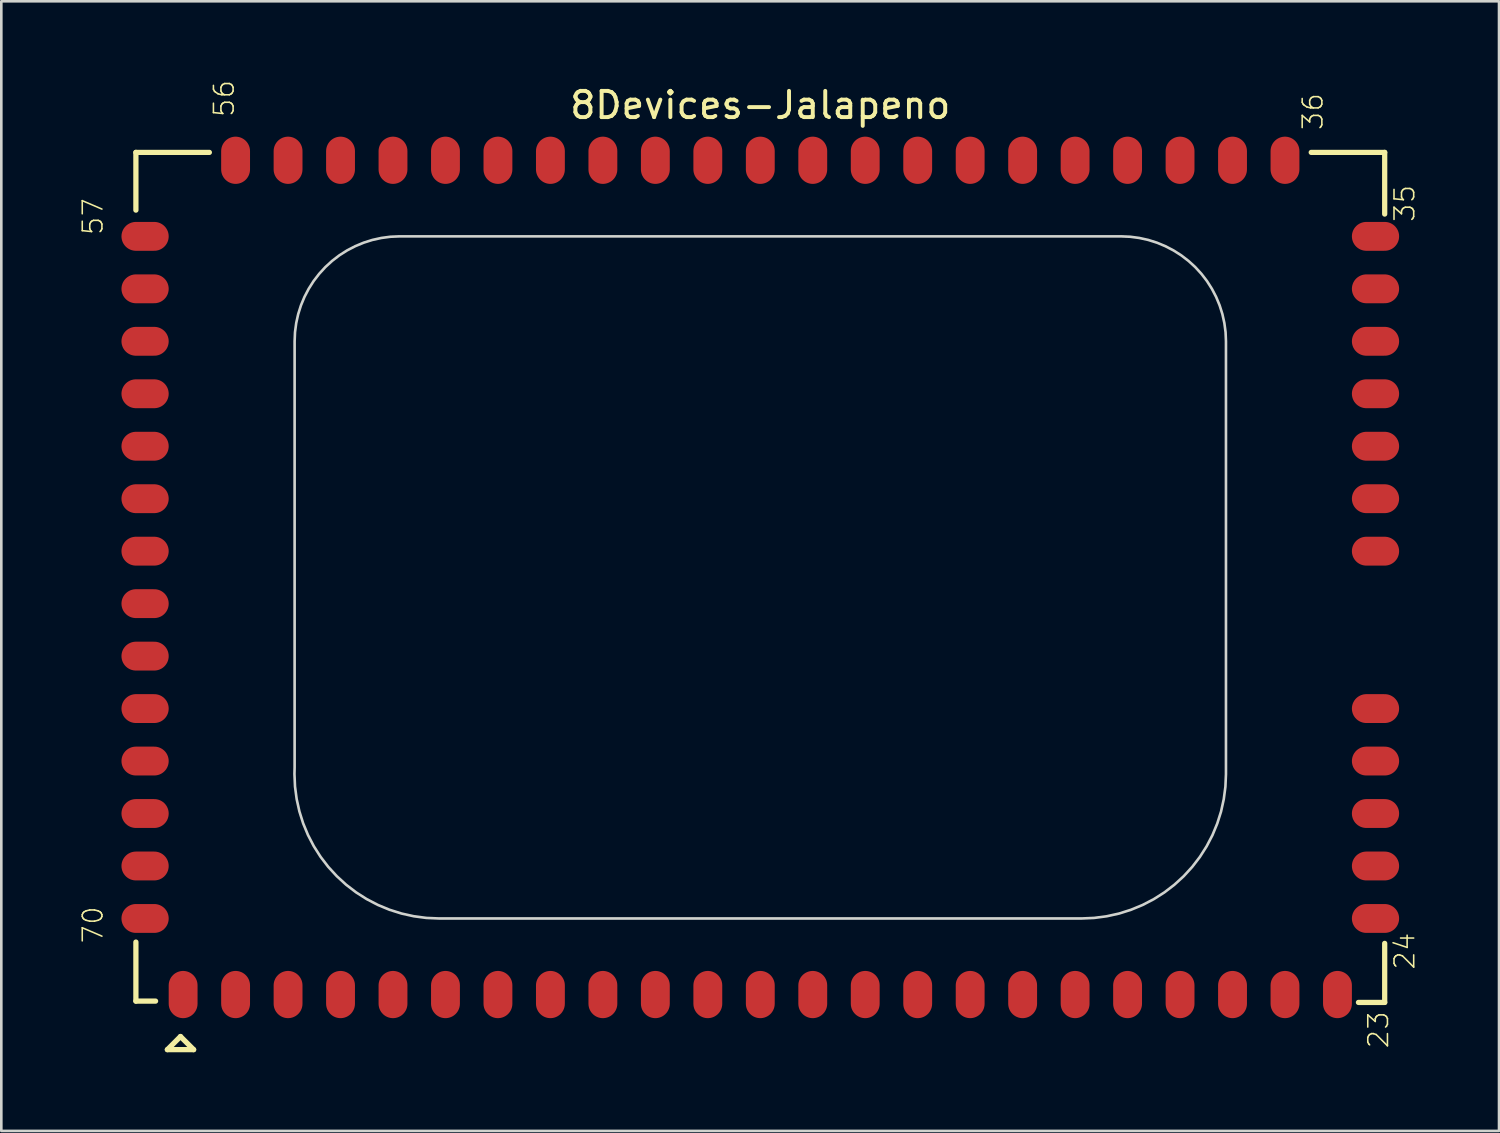
<source format=kicad_pcb>
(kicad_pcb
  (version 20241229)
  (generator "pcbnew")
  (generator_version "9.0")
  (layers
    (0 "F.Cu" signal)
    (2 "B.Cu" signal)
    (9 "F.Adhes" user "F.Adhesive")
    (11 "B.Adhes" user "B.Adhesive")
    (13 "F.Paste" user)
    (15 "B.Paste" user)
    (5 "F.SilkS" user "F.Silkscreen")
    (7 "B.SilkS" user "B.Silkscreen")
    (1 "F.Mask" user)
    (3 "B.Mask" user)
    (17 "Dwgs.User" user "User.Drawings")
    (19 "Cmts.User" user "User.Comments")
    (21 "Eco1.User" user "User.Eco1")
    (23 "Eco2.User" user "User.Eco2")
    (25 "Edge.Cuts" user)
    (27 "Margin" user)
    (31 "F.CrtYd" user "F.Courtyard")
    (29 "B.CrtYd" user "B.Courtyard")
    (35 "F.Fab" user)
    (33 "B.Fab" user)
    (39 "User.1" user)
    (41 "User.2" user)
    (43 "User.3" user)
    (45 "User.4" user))
  (footprint "8Devices-Jalapeno"
    (layer "F.Cu")
    (at 25.93 18.959)
    (property "Reference" "8Devices-Jalapeno" (at 0.00005 -18 0) (unlocked yes) (layer "F.SilkS") (effects (font (size 1 1) (thickness 0.15))))
    (fp_line (start -23.8 -16.2) (end -21 -16.2) (stroke (width 0.2) (type solid)) (layer "F.SilkS"))
    (fp_line (start -23.8 -14) (end -23.8 -16.2) (stroke (width 0.2) (type solid)) (layer "F.SilkS"))
    (fp_line (start -23.8 16.15) (end -23.8 13.9) (stroke (width 0.2) (type solid)) (layer "F.SilkS"))
    (fp_line (start -23.8 16.15) (end -23.05 16.15) (stroke (width 0.2) (type solid)) (layer "F.SilkS"))
    (fp_line (start -22.6 18) (end -22.1 17.5) (stroke (width 0.2) (type solid)) (layer "F.SilkS"))
    (fp_line (start -22.6 18) (end -21.6 18) (stroke (width 0.2) (type solid)) (layer "F.SilkS"))
    (fp_line (start -22.1 17.5) (end -21.6 18) (stroke (width 0.2) (type solid)) (layer "F.SilkS"))
    (fp_line (start 21 -16.2) (end 23.8 -16.2) (stroke (width 0.2) (type solid)) (layer "F.SilkS"))
    (fp_line (start 22.8 16.2) (end 23.8 16.2) (stroke (width 0.2) (type solid)) (layer "F.SilkS"))
    (fp_line (start 23.8 -13.85) (end 23.8 -16.2) (stroke (width 0.2) (type solid)) (layer "F.SilkS"))
    (fp_line (start 23.8 16.2) (end 23.8 13.95) (stroke (width 0.2) (type solid)) (layer "F.SilkS"))
    (fp_poly (pts (xy -12.25 13) (xy -12.73 12.979) (xy -13.206 12.916) (xy -13.675 12.812) (xy -14.133 12.668) (xy -14.577 12.484) (xy -15.003 12.262) (xy -15.408 12.004) (xy -15.789 11.712) (xy -16.143 11.387) (xy -16.468 11.033) (xy -16.76 10.652) (xy -17.018 10.247) (xy -17.24 9.821) (xy -17.424 9.377) (xy -17.568 8.919) (xy -17.672 8.45) (xy -17.735 7.974) (xy -17.756 7.494) (xy -17.75 7.244) (xy -17.75 -9) (xy -17.735 -9.349) (xy -17.689 -9.695) (xy -17.614 -10.035) (xy -17.509 -10.368) (xy -17.375 -10.691) (xy -17.214 -11) (xy -17.027 -11.294) (xy -16.814 -11.571) (xy -16.578 -11.829) (xy -16.321 -12.064) (xy -16.044 -12.277) (xy -15.75 -12.464) (xy -15.44 -12.625) (xy -15.118 -12.759) (xy -14.785 -12.864) (xy -14.445 -12.939) (xy -14.099 -12.985) (xy -13.75 -13) (xy 13.75 -13) (xy 14.099 -12.985) (xy 14.445 -12.939) (xy 14.785 -12.864) (xy 15.118 -12.759) (xy 15.44 -12.625) (xy 15.75 -12.464) (xy 16.044 -12.277) (xy 16.321 -12.064) (xy 16.578 -11.829) (xy 16.814 -11.571) (xy 17.027 -11.294) (xy 17.214 -11) (xy 17.375 -10.691) (xy 17.509 -10.368) (xy 17.614 -10.035) (xy 17.689 -9.695) (xy 17.735 -9.349) (xy 17.75 -9) (xy 17.75 7.5) (xy 17.729 7.979) (xy 17.666 8.455) (xy 17.563 8.923) (xy 17.418 9.381) (xy 17.235 9.824) (xy 17.013 10.25) (xy 16.755 10.655) (xy 16.463 11.035) (xy 16.139 11.389) (xy 15.785 11.713) (xy 15.405 12.005) (xy 15 12.263) (xy 14.574 12.485) (xy 14.131 12.668) (xy 13.674 12.813) (xy 13.205 12.916) (xy 12.729 12.979) (xy 12.25 13) (xy 12.25 13)) (stroke (width 0.1) (type solid)) (fill no) (layer "Edge.Cuts"))
    (fp_text user "36" (at 21.5 -17 90) (unlocked yes) (layer "F.SilkS") (effects (font (size 0.75 0.75) (thickness 0.06)) (justify left bottom)))
    (fp_text user "23" (at 24 18 90) (unlocked yes) (layer "F.SilkS") (effects (font (size 0.75 0.75) (thickness 0.06)) (justify left bottom)))
    (fp_text user "70" (at -25 14 90) (unlocked yes) (layer "F.SilkS") (effects (font (size 0.75 0.75) (thickness 0.06)) (justify left bottom)))
    (fp_text user "35" (at 25 -13.5 90) (unlocked yes) (layer "F.SilkS") (effects (font (size 0.75 0.75) (thickness 0.06)) (justify left bottom)))
    (fp_text user "56" (at -20 -17.5 90) (unlocked yes) (layer "F.SilkS") (effects (font (size 0.75 0.75) (thickness 0.06)) (justify left bottom)))
    (fp_text user "24" (at 25 15 90) (unlocked yes) (layer "F.SilkS") (effects (font (size 0.75 0.75) (thickness 0.06)) (justify left bottom)))
    (fp_text user "57" (at -25 -13 90) (unlocked yes) (layer "F.SilkS") (effects (font (size 0.75 0.75) (thickness 0.06)) (justify left bottom)))
    (pad "1" smd oval (at -22 15.9 90) (size 1.8 1.1) (layers "F.Cu" "F.Mask"))
    (pad "2" smd oval (at -20 15.9 90) (size 1.8 1.1) (layers "F.Cu" "F.Mask"))
    (pad "3" smd oval (at -18 15.9 90) (size 1.8 1.1) (layers "F.Cu" "F.Mask"))
    (pad "4" smd oval (at -16 15.9 90) (size 1.8 1.1) (layers "F.Cu" "F.Mask"))
    (pad "5" smd oval (at -14 15.9 90) (size 1.8 1.1) (layers "F.Cu" "F.Mask"))
    (pad "6" smd oval (at -12 15.9 90) (size 1.8 1.1) (layers "F.Cu" "F.Mask"))
    (pad "7" smd oval (at -10 15.9 90) (size 1.8 1.1) (layers "F.Cu" "F.Mask"))
    (pad "8" smd oval (at -8 15.9 90) (size 1.8 1.1) (layers "F.Cu" "F.Mask"))
    (pad "9" smd oval (at -6 15.9 90) (size 1.8 1.1) (layers "F.Cu" "F.Mask"))
    (pad "10" smd oval (at -4 15.9 90) (size 1.8 1.1) (layers "F.Cu" "F.Mask"))
    (pad "11" smd oval (at -2 15.9 90) (size 1.8 1.1) (layers "F.Cu" "F.Mask"))
    (pad "12" smd oval (at 0 15.9 90) (size 1.8 1.1) (layers "F.Cu" "F.Mask"))
    (pad "13" smd oval (at 2 15.9 90) (size 1.8 1.1) (layers "F.Cu" "F.Mask"))
    (pad "14" smd oval (at 4 15.9 90) (size 1.8 1.1) (layers "F.Cu" "F.Mask"))
    (pad "15" smd oval (at 6 15.9 90) (size 1.8 1.1) (layers "F.Cu" "F.Mask"))
    (pad "16" smd oval (at 8 15.9 90) (size 1.8 1.1) (layers "F.Cu" "F.Mask"))
    (pad "17" smd oval (at 10 15.9 90) (size 1.8 1.1) (layers "F.Cu" "F.Mask"))
    (pad "18" smd oval (at 12 15.9 90) (size 1.8 1.1) (layers "F.Cu" "F.Mask"))
    (pad "19" smd oval (at 14 15.9 90) (size 1.8 1.1) (layers "F.Cu" "F.Mask"))
    (pad "20" smd oval (at 16 15.9 90) (size 1.8 1.1) (layers "F.Cu" "F.Mask"))
    (pad "21" smd oval (at 18 15.9 90) (size 1.8 1.1) (layers "F.Cu" "F.Mask"))
    (pad "22" smd oval (at 20 15.9 90) (size 1.8 1.1) (layers "F.Cu" "F.Mask"))
    (pad "23" smd oval (at 22 15.9 90) (size 1.8 1.1) (layers "F.Cu" "F.Mask"))
    (pad "24" smd oval (at 23.45 13 90) (size 1.1 1.8) (layers "F.Cu" "F.Mask"))
    (pad "25" smd oval (at 23.45 11 90) (size 1.1 1.8) (layers "F.Cu" "F.Mask"))
    (pad "26" smd oval (at 23.45 9 90) (size 1.1 1.8) (layers "F.Cu" "F.Mask"))
    (pad "27" smd oval (at 23.45 7 90) (size 1.1 1.8) (layers "F.Cu" "F.Mask"))
    (pad "28" smd oval (at 23.45 5 90) (size 1.1 1.8) (layers "F.Cu" "F.Mask"))
    (pad "29" smd oval (at 23.45 -1 90) (size 1.1 1.8) (layers "F.Cu" "F.Mask"))
    (pad "30" smd oval (at 23.45 -3 90) (size 1.1 1.8) (layers "F.Cu" "F.Mask"))
    (pad "31" smd oval (at 23.45 -5 90) (size 1.1 1.8) (layers "F.Cu" "F.Mask"))
    (pad "32" smd oval (at 23.45 -7 90) (size 1.1 1.8) (layers "F.Cu" "F.Mask"))
    (pad "33" smd oval (at 23.45 -9 90) (size 1.1 1.8) (layers "F.Cu" "F.Mask"))
    (pad "34" smd oval (at 23.45 -11 90) (size 1.1 1.8) (layers "F.Cu" "F.Mask"))
    (pad "35" smd oval (at 23.45 -13 90) (size 1.1 1.8) (layers "F.Cu" "F.Mask"))
    (pad "36" smd oval (at 20 -15.9 90) (size 1.8 1.1) (layers "F.Cu" "F.Mask"))
    (pad "37" smd oval (at 18 -15.9 90) (size 1.8 1.1) (layers "F.Cu" "F.Mask"))
    (pad "38" smd oval (at 16 -15.9 90) (size 1.8 1.1) (layers "F.Cu" "F.Mask"))
    (pad "39" smd oval (at 14 -15.9 90) (size 1.8 1.1) (layers "F.Cu" "F.Mask"))
    (pad "40" smd oval (at 12 -15.9 90) (size 1.8 1.1) (layers "F.Cu" "F.Mask"))
    (pad "41" smd oval (at 10 -15.9 90) (size 1.8 1.1) (layers "F.Cu" "F.Mask"))
    (pad "42" smd oval (at 8 -15.9 90) (size 1.8 1.1) (layers "F.Cu" "F.Mask"))
    (pad "43" smd oval (at 6 -15.9 90) (size 1.8 1.1) (layers "F.Cu" "F.Mask"))
    (pad "44" smd oval (at 4 -15.9 90) (size 1.8 1.1) (layers "F.Cu" "F.Mask"))
    (pad "45" smd oval (at 2 -15.9 90) (size 1.8 1.1) (layers "F.Cu" "F.Mask"))
    (pad "46" smd oval (at 0 -15.9 90) (size 1.8 1.1) (layers "F.Cu" "F.Mask"))
    (pad "47" smd oval (at -2 -15.9 90) (size 1.8 1.1) (layers "F.Cu" "F.Mask"))
    (pad "48" smd oval (at -4 -15.9 90) (size 1.8 1.1) (layers "F.Cu" "F.Mask"))
    (pad "49" smd oval (at -6 -15.9 90) (size 1.8 1.1) (layers "F.Cu" "F.Mask"))
    (pad "50" smd oval (at -8 -15.9 90) (size 1.8 1.1) (layers "F.Cu" "F.Mask"))
    (pad "51" smd oval (at -10 -15.9 90) (size 1.8 1.1) (layers "F.Cu" "F.Mask"))
    (pad "52" smd oval (at -12 -15.9 90) (size 1.8 1.1) (layers "F.Cu" "F.Mask"))
    (pad "53" smd oval (at -14 -15.9 90) (size 1.8 1.1) (layers "F.Cu" "F.Mask"))
    (pad "54" smd oval (at -16 -15.9 90) (size 1.8 1.1) (layers "F.Cu" "F.Mask"))
    (pad "55" smd oval (at -18 -15.9 90) (size 1.8 1.1) (layers "F.Cu" "F.Mask"))
    (pad "56" smd oval (at -20 -15.9 90) (size 1.8 1.1) (layers "F.Cu" "F.Mask"))
    (pad "57" smd oval (at -23.45 -13 90) (size 1.1 1.8) (layers "F.Cu" "F.Mask"))
    (pad "58" smd oval (at -23.45 -11 90) (size 1.1 1.8) (layers "F.Cu" "F.Mask"))
    (pad "59" smd oval (at -23.45 -9 90) (size 1.1 1.8) (layers "F.Cu" "F.Mask"))
    (pad "60" smd oval (at -23.45 -7 90) (size 1.1 1.8) (layers "F.Cu" "F.Mask"))
    (pad "61" smd oval (at -23.45 -5 90) (size 1.1 1.8) (layers "F.Cu" "F.Mask"))
    (pad "62" smd oval (at -23.45 -3 90) (size 1.1 1.8) (layers "F.Cu" "F.Mask"))
    (pad "63" smd oval (at -23.45 -1 90) (size 1.1 1.8) (layers "F.Cu" "F.Mask"))
    (pad "64" smd oval (at -23.45 1 90) (size 1.1 1.8) (layers "F.Cu" "F.Mask"))
    (pad "65" smd oval (at -23.45 3 90) (size 1.1 1.8) (layers "F.Cu" "F.Mask"))
    (pad "66" smd oval (at -23.45 5 90) (size 1.1 1.8) (layers "F.Cu" "F.Mask"))
    (pad "67" smd oval (at -23.45 7 90) (size 1.1 1.8) (layers "F.Cu" "F.Mask"))
    (pad "68" smd oval (at -23.45 9 90) (size 1.1 1.8) (layers "F.Cu" "F.Mask"))
    (pad "69" smd oval (at -23.45 11 90) (size 1.1 1.8) (layers "F.Cu" "F.Mask"))
    (pad "70" smd oval (at -23.45 13 90) (size 1.1 1.8) (layers "F.Cu" "F.Mask")))
  (gr_rect
    (start -3 -3)
    (end 54.088 40.058)
    (stroke (width 0.1) (type default))
    (fill no)
    (layer "Edge.Cuts")))
</source>
